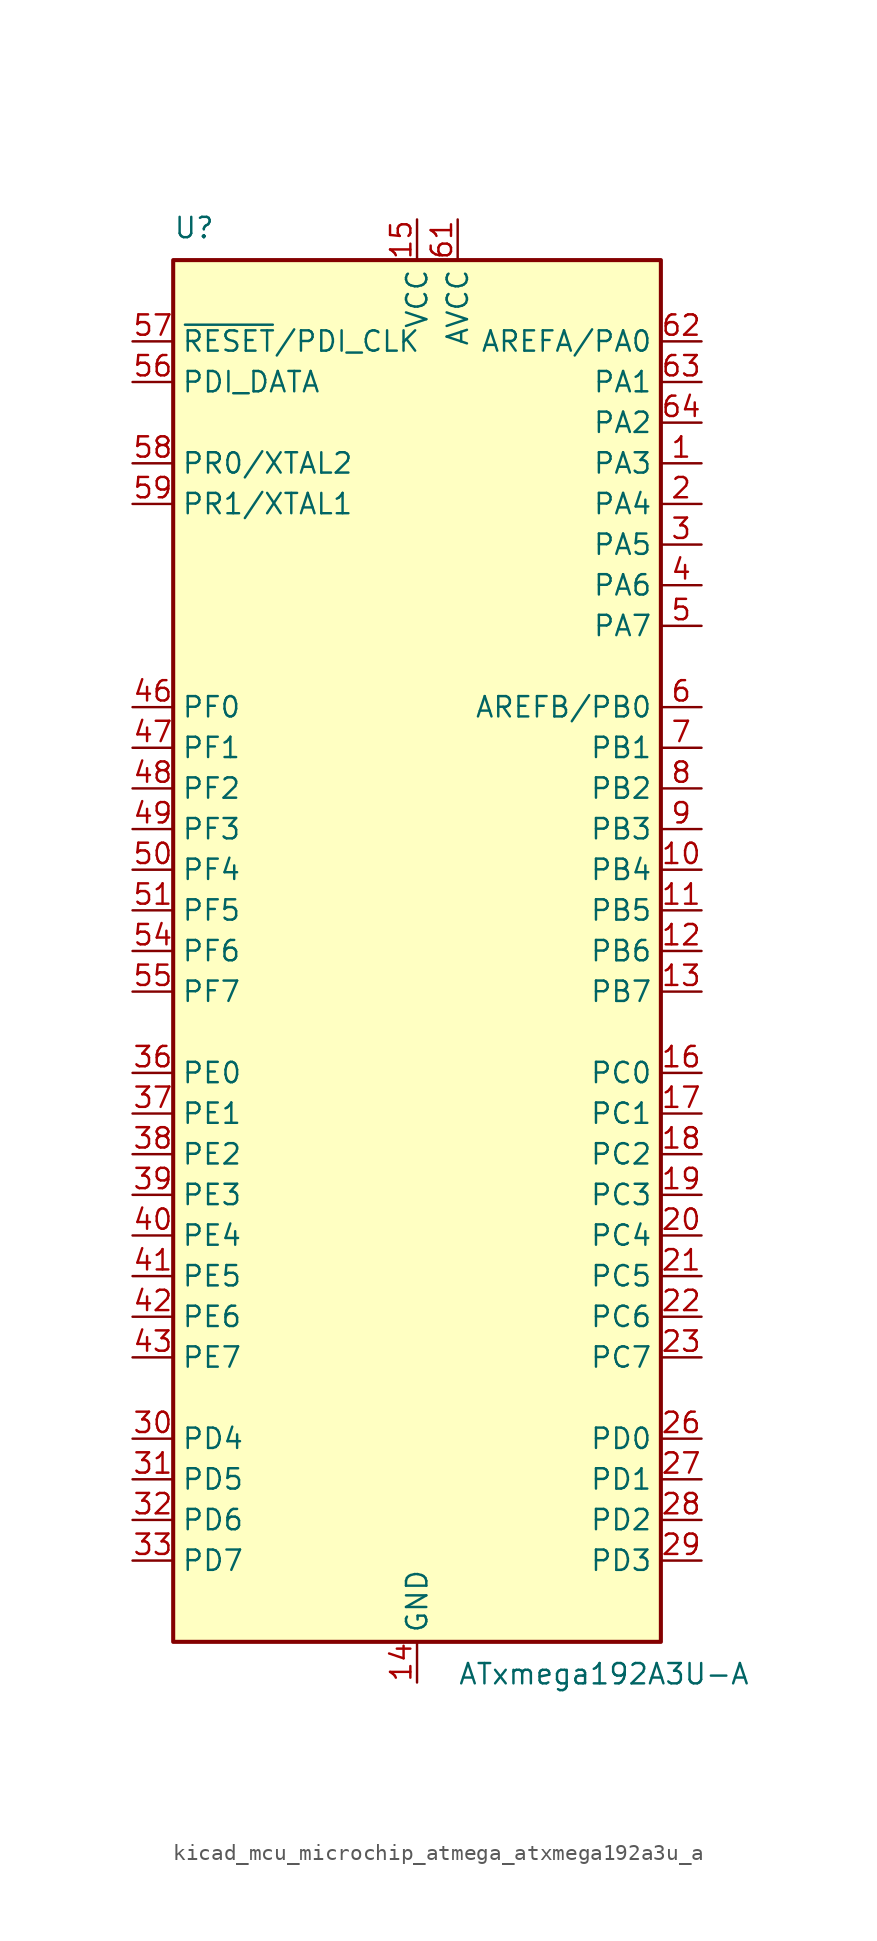
<source format=kicad_sym>
(kicad_symbol_lib
  (version 20220914)
  (generator kicad_symbol_editor)
  (symbol "kicad_mcu_microchip_atmega_atxmega192a3u_a"
    (property "Reference" "U"
      (at -15.24 44.45 0)
      (effects (font (size 1.27 1.27)) (justify left bottom)))
    (property "Value" "ATxmega192A3U-A"
      (at 2.54 -44.45 0)
      (effects (font (size 1.27 1.27)) (justify left top)))
    (symbol "kicad_mcu_microchip_atmega_atxmega192a3u_a_0_1"
      (rectangle (start -15.24 -43.18) (end 15.24 43.18) (stroke (width 0.254) (type default)) (fill (type background))))
    (symbol "kicad_mcu_microchip_atmega_atxmega192a3u_a_1_1"
      (pin bidirectional line (at 17.78 30.48 180) (length 2.54) (name "PA3" (effects (font (size 1.27 1.27)))) (number "1" (effects (font (size 1.27 1.27)))))
      (pin bidirectional line (at 17.78 5.08 180) (length 2.54) (name "PB4" (effects (font (size 1.27 1.27)))) (number "10" (effects (font (size 1.27 1.27)))))
      (pin bidirectional line (at 17.78 2.54 180) (length 2.54) (name "PB5" (effects (font (size 1.27 1.27)))) (number "11" (effects (font (size 1.27 1.27)))))
      (pin bidirectional line (at 17.78 0 180) (length 2.54) (name "PB6" (effects (font (size 1.27 1.27)))) (number "12" (effects (font (size 1.27 1.27)))))
      (pin bidirectional line (at 17.78 -2.54 180) (length 2.54) (name "PB7" (effects (font (size 1.27 1.27)))) (number "13" (effects (font (size 1.27 1.27)))))
      (pin power_in line (at 0 -45.72 90) (length 2.54) (name "GND" (effects (font (size 1.27 1.27)))) (number "14" (effects (font (size 1.27 1.27)))))
      (pin power_in line (at 0 45.72 270) (length 2.54) (name "VCC" (effects (font (size 1.27 1.27)))) (number "15" (effects (font (size 1.27 1.27)))))
      (pin bidirectional line (at 17.78 -7.62 180) (length 2.54) (name "PC0" (effects (font (size 1.27 1.27)))) (number "16" (effects (font (size 1.27 1.27)))))
      (pin bidirectional line (at 17.78 -10.16 180) (length 2.54) (name "PC1" (effects (font (size 1.27 1.27)))) (number "17" (effects (font (size 1.27 1.27)))))
      (pin bidirectional line (at 17.78 -12.7 180) (length 2.54) (name "PC2" (effects (font (size 1.27 1.27)))) (number "18" (effects (font (size 1.27 1.27)))))
      (pin bidirectional line (at 17.78 -15.24 180) (length 2.54) (name "PC3" (effects (font (size 1.27 1.27)))) (number "19" (effects (font (size 1.27 1.27)))))
      (pin bidirectional line (at 17.78 27.94 180) (length 2.54) (name "PA4" (effects (font (size 1.27 1.27)))) (number "2" (effects (font (size 1.27 1.27)))))
      (pin bidirectional line (at 17.78 -17.78 180) (length 2.54) (name "PC4" (effects (font (size 1.27 1.27)))) (number "20" (effects (font (size 1.27 1.27)))))
      (pin bidirectional line (at 17.78 -20.32 180) (length 2.54) (name "PC5" (effects (font (size 1.27 1.27)))) (number "21" (effects (font (size 1.27 1.27)))))
      (pin bidirectional line (at 17.78 -22.86 180) (length 2.54) (name "PC6" (effects (font (size 1.27 1.27)))) (number "22" (effects (font (size 1.27 1.27)))))
      (pin bidirectional line (at 17.78 -25.4 180) (length 2.54) (name "PC7" (effects (font (size 1.27 1.27)))) (number "23" (effects (font (size 1.27 1.27)))))
      (pin passive line (at 0 -45.72 90) (length 2.54) hide (name "GND" (effects (font (size 1.27 1.27)))) (number "24" (effects (font (size 1.27 1.27)))))
      (pin passive line (at 0 45.72 270) (length 2.54) hide (name "VCC" (effects (font (size 1.27 1.27)))) (number "25" (effects (font (size 1.27 1.27)))))
      (pin bidirectional line (at 17.78 -30.48 180) (length 2.54) (name "PD0" (effects (font (size 1.27 1.27)))) (number "26" (effects (font (size 1.27 1.27)))))
      (pin bidirectional line (at 17.78 -33.02 180) (length 2.54) (name "PD1" (effects (font (size 1.27 1.27)))) (number "27" (effects (font (size 1.27 1.27)))))
      (pin bidirectional line (at 17.78 -35.56 180) (length 2.54) (name "PD2" (effects (font (size 1.27 1.27)))) (number "28" (effects (font (size 1.27 1.27)))))
      (pin bidirectional line (at 17.78 -38.1 180) (length 2.54) (name "PD3" (effects (font (size 1.27 1.27)))) (number "29" (effects (font (size 1.27 1.27)))))
      (pin bidirectional line (at 17.78 25.4 180) (length 2.54) (name "PA5" (effects (font (size 1.27 1.27)))) (number "3" (effects (font (size 1.27 1.27)))))
      (pin bidirectional line (at -17.78 -30.48 0) (length 2.54) (name "PD4" (effects (font (size 1.27 1.27)))) (number "30" (effects (font (size 1.27 1.27)))))
      (pin bidirectional line (at -17.78 -33.02 0) (length 2.54) (name "PD5" (effects (font (size 1.27 1.27)))) (number "31" (effects (font (size 1.27 1.27)))))
      (pin bidirectional line (at -17.78 -35.56 0) (length 2.54) (name "PD6" (effects (font (size 1.27 1.27)))) (number "32" (effects (font (size 1.27 1.27)))))
      (pin bidirectional line (at -17.78 -38.1 0) (length 2.54) (name "PD7" (effects (font (size 1.27 1.27)))) (number "33" (effects (font (size 1.27 1.27)))))
      (pin passive line (at 0 -45.72 90) (length 2.54) hide (name "GND" (effects (font (size 1.27 1.27)))) (number "34" (effects (font (size 1.27 1.27)))))
      (pin passive line (at 0 45.72 270) (length 2.54) hide (name "VCC" (effects (font (size 1.27 1.27)))) (number "35" (effects (font (size 1.27 1.27)))))
      (pin bidirectional line (at -17.78 -7.62 0) (length 2.54) (name "PE0" (effects (font (size 1.27 1.27)))) (number "36" (effects (font (size 1.27 1.27)))))
      (pin bidirectional line (at -17.78 -10.16 0) (length 2.54) (name "PE1" (effects (font (size 1.27 1.27)))) (number "37" (effects (font (size 1.27 1.27)))))
      (pin bidirectional line (at -17.78 -12.7 0) (length 2.54) (name "PE2" (effects (font (size 1.27 1.27)))) (number "38" (effects (font (size 1.27 1.27)))))
      (pin bidirectional line (at -17.78 -15.24 0) (length 2.54) (name "PE3" (effects (font (size 1.27 1.27)))) (number "39" (effects (font (size 1.27 1.27)))))
      (pin bidirectional line (at 17.78 22.86 180) (length 2.54) (name "PA6" (effects (font (size 1.27 1.27)))) (number "4" (effects (font (size 1.27 1.27)))))
      (pin bidirectional line (at -17.78 -17.78 0) (length 2.54) (name "PE4" (effects (font (size 1.27 1.27)))) (number "40" (effects (font (size 1.27 1.27)))))
      (pin bidirectional line (at -17.78 -20.32 0) (length 2.54) (name "PE5" (effects (font (size 1.27 1.27)))) (number "41" (effects (font (size 1.27 1.27)))))
      (pin bidirectional line (at -17.78 -22.86 0) (length 2.54) (name "PE6" (effects (font (size 1.27 1.27)))) (number "42" (effects (font (size 1.27 1.27)))))
      (pin bidirectional line (at -17.78 -25.4 0) (length 2.54) (name "PE7" (effects (font (size 1.27 1.27)))) (number "43" (effects (font (size 1.27 1.27)))))
      (pin passive line (at 0 -45.72 90) (length 2.54) hide (name "GND" (effects (font (size 1.27 1.27)))) (number "44" (effects (font (size 1.27 1.27)))))
      (pin passive line (at 0 45.72 270) (length 2.54) hide (name "VCC" (effects (font (size 1.27 1.27)))) (number "45" (effects (font (size 1.27 1.27)))))
      (pin bidirectional line (at -17.78 15.24 0) (length 2.54) (name "PF0" (effects (font (size 1.27 1.27)))) (number "46" (effects (font (size 1.27 1.27)))))
      (pin bidirectional line (at -17.78 12.7 0) (length 2.54) (name "PF1" (effects (font (size 1.27 1.27)))) (number "47" (effects (font (size 1.27 1.27)))))
      (pin bidirectional line (at -17.78 10.16 0) (length 2.54) (name "PF2" (effects (font (size 1.27 1.27)))) (number "48" (effects (font (size 1.27 1.27)))))
      (pin bidirectional line (at -17.78 7.62 0) (length 2.54) (name "PF3" (effects (font (size 1.27 1.27)))) (number "49" (effects (font (size 1.27 1.27)))))
      (pin bidirectional line (at 17.78 20.32 180) (length 2.54) (name "PA7" (effects (font (size 1.27 1.27)))) (number "5" (effects (font (size 1.27 1.27)))))
      (pin bidirectional line (at -17.78 5.08 0) (length 2.54) (name "PF4" (effects (font (size 1.27 1.27)))) (number "50" (effects (font (size 1.27 1.27)))))
      (pin bidirectional line (at -17.78 2.54 0) (length 2.54) (name "PF5" (effects (font (size 1.27 1.27)))) (number "51" (effects (font (size 1.27 1.27)))))
      (pin passive line (at 0 -45.72 90) (length 2.54) hide (name "GND" (effects (font (size 1.27 1.27)))) (number "52" (effects (font (size 1.27 1.27)))))
      (pin passive line (at 0 45.72 270) (length 2.54) hide (name "VCC" (effects (font (size 1.27 1.27)))) (number "53" (effects (font (size 1.27 1.27)))))
      (pin bidirectional line (at -17.78 0 0) (length 2.54) (name "PF6" (effects (font (size 1.27 1.27)))) (number "54" (effects (font (size 1.27 1.27)))))
      (pin bidirectional line (at -17.78 -2.54 0) (length 2.54) (name "PF7" (effects (font (size 1.27 1.27)))) (number "55" (effects (font (size 1.27 1.27)))))
      (pin bidirectional line (at -17.78 35.56 0) (length 2.54) (name "PDI_DATA" (effects (font (size 1.27 1.27)))) (number "56" (effects (font (size 1.27 1.27)))))
      (pin input line (at -17.78 38.1 0) (length 2.54) (name "~{RESET}/PDI_CLK" (effects (font (size 1.27 1.27)))) (number "57" (effects (font (size 1.27 1.27)))))
      (pin bidirectional line (at -17.78 30.48 0) (length 2.54) (name "PR0/XTAL2" (effects (font (size 1.27 1.27)))) (number "58" (effects (font (size 1.27 1.27)))))
      (pin bidirectional line (at -17.78 27.94 0) (length 2.54) (name "PR1/XTAL1" (effects (font (size 1.27 1.27)))) (number "59" (effects (font (size 1.27 1.27)))))
      (pin bidirectional line (at 17.78 15.24 180) (length 2.54) (name "AREFB/PB0" (effects (font (size 1.27 1.27)))) (number "6" (effects (font (size 1.27 1.27)))))
      (pin passive line (at 0 -45.72 90) (length 2.54) hide (name "GND" (effects (font (size 1.27 1.27)))) (number "60" (effects (font (size 1.27 1.27)))))
      (pin power_in line (at 2.54 45.72 270) (length 2.54) (name "AVCC" (effects (font (size 1.27 1.27)))) (number "61" (effects (font (size 1.27 1.27)))))
      (pin bidirectional line (at 17.78 38.1 180) (length 2.54) (name "AREFA/PA0" (effects (font (size 1.27 1.27)))) (number "62" (effects (font (size 1.27 1.27)))))
      (pin bidirectional line (at 17.78 35.56 180) (length 2.54) (name "PA1" (effects (font (size 1.27 1.27)))) (number "63" (effects (font (size 1.27 1.27)))))
      (pin bidirectional line (at 17.78 33.02 180) (length 2.54) (name "PA2" (effects (font (size 1.27 1.27)))) (number "64" (effects (font (size 1.27 1.27)))))
      (pin bidirectional line (at 17.78 12.7 180) (length 2.54) (name "PB1" (effects (font (size 1.27 1.27)))) (number "7" (effects (font (size 1.27 1.27)))))
      (pin bidirectional line (at 17.78 10.16 180) (length 2.54) (name "PB2" (effects (font (size 1.27 1.27)))) (number "8" (effects (font (size 1.27 1.27)))))
      (pin bidirectional line (at 17.78 7.62 180) (length 2.54) (name "PB3" (effects (font (size 1.27 1.27)))) (number "9" (effects (font (size 1.27 1.27))))))))
</source>
